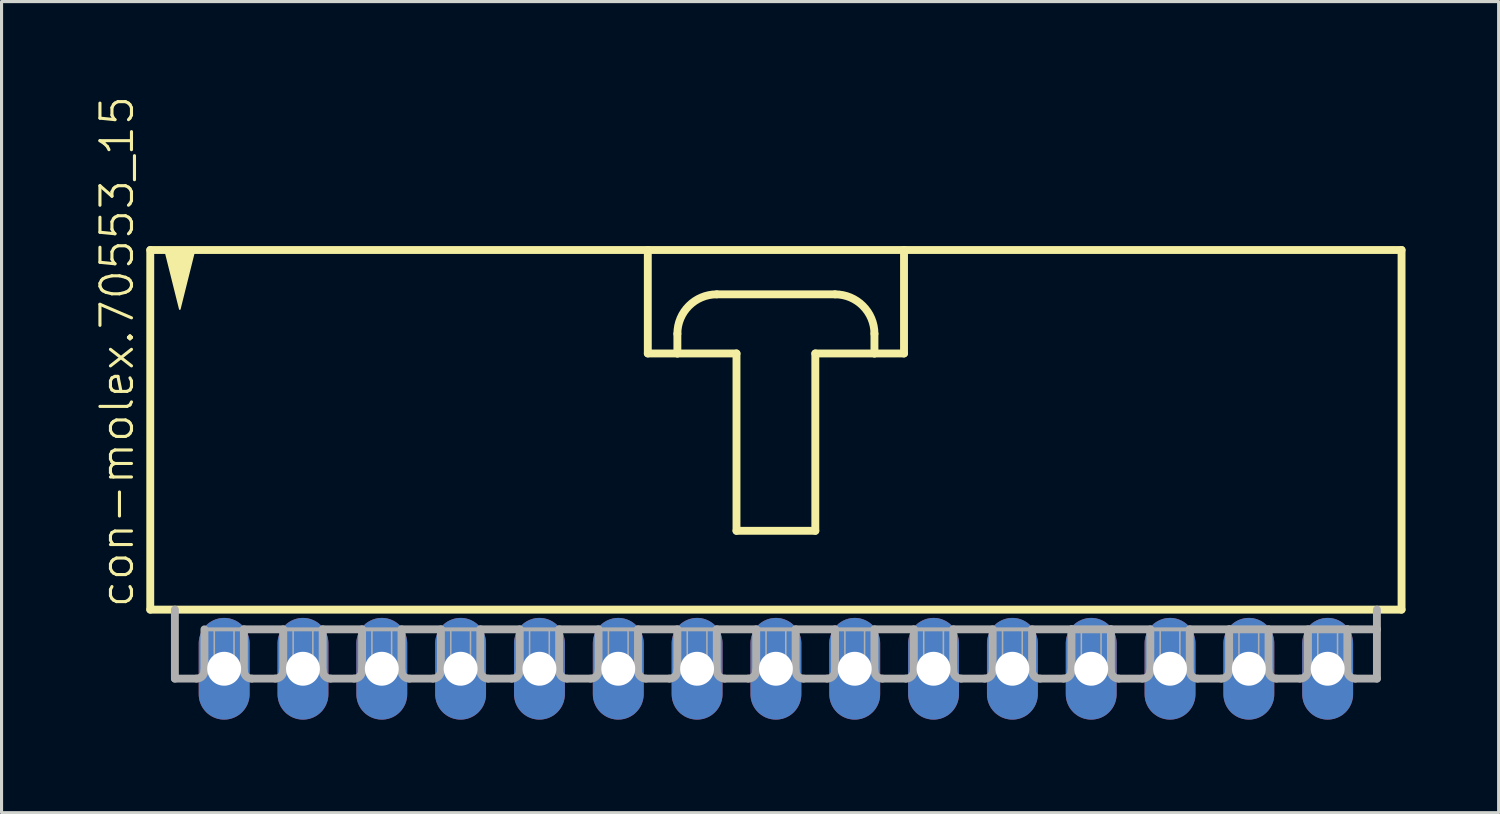
<source format=kicad_pcb>
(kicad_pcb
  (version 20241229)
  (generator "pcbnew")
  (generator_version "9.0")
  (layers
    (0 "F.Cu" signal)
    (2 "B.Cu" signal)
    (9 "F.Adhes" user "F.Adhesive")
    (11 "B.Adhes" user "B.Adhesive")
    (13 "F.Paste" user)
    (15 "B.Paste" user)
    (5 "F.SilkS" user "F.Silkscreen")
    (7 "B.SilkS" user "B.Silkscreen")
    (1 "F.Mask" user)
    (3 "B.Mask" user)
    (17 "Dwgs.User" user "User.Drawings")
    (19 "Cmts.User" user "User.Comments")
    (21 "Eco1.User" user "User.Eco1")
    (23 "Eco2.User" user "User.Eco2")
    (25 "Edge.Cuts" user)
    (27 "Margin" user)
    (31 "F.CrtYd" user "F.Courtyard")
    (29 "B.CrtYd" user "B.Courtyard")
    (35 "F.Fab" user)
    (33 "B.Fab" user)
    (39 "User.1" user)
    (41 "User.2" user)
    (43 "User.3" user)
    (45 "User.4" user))
  (footprint "con-molex.70553_15"
    (layer "F.Cu")
    (at 21.953 10.88)
    (property "Reference" "con-molex.70553_15" (at -20.637 5.715 90) (layer "F.SilkS") (effects (font (size 1.016 1.016) (thickness 0.1)) (justify left bottom)))
    (attr through_hole)
    (fp_line (start -20.161 -5.874) (end -20.161 5.715) (stroke (width 0.254) (type default)) (layer "F.SilkS"))
    (fp_line (start -20.161 5.715) (end 20.161 5.715) (stroke (width 0.254) (type default)) (layer "F.SilkS"))
    (fp_line (start -4.128 -5.874) (end -4.128 -2.54) (stroke (width 0.254) (type default)) (layer "F.SilkS"))
    (fp_line (start -4.128 -2.54) (end -3.175 -2.54) (stroke (width 0.254) (type default)) (layer "F.SilkS"))
    (fp_line (start -3.175 -2.54) (end -3.175 -3.175) (stroke (width 0.254) (type default)) (layer "F.SilkS"))
    (fp_line (start -3.175 -2.54) (end -1.27 -2.54) (stroke (width 0.254) (type default)) (layer "F.SilkS"))
    (fp_line (start -1.905 -4.445) (end 1.905 -4.445) (stroke (width 0.254) (type default)) (layer "F.SilkS"))
    (fp_line (start -1.27 -2.54) (end -1.27 3.175) (stroke (width 0.254) (type default)) (layer "F.SilkS"))
    (fp_line (start -1.27 3.175) (end 1.27 3.175) (stroke (width 0.254) (type default)) (layer "F.SilkS"))
    (fp_line (start 1.27 -2.54) (end 3.175 -2.54) (stroke (width 0.254) (type default)) (layer "F.SilkS"))
    (fp_line (start 1.27 3.175) (end 1.27 -2.54) (stroke (width 0.254) (type default)) (layer "F.SilkS"))
    (fp_line (start 3.175 -3.175) (end 3.175 -2.54) (stroke (width 0.254) (type default)) (layer "F.SilkS"))
    (fp_line (start 3.175 -2.54) (end 4.128 -2.54) (stroke (width 0.254) (type default)) (layer "F.SilkS"))
    (fp_line (start 4.128 -5.874) (end -20.161 -5.874) (stroke (width 0.254) (type default)) (layer "F.SilkS"))
    (fp_line (start 4.128 -2.54) (end 4.128 -5.874) (stroke (width 0.254) (type default)) (layer "F.SilkS"))
    (fp_line (start 20.161 -5.874) (end 4.128 -5.874) (stroke (width 0.254) (type default)) (layer "F.SilkS"))
    (fp_line (start 20.161 5.715) (end 20.161 -5.874) (stroke (width 0.254) (type default)) (layer "F.SilkS"))
    (fp_arc (start -3.175 -3.175) (mid -2.803026 -4.073026) (end -1.905 -4.445) (stroke (width 0.254) (type default)) (layer "F.SilkS"))
    (fp_arc (start 1.905 -4.445) (mid 2.803026 -4.073026) (end 3.175 -3.175) (stroke (width 0.254) (type default)) (layer "F.SilkS"))
    (fp_poly (pts (xy -19.685 -5.874) (xy -19.209 -3.969) (xy -18.733 -5.874)) (stroke (width 0.051) (type default)) (fill yes) (layer "F.SilkS"))
    (fp_line (start -19.367 5.715) (end -19.367 7.938) (stroke (width 0.254) (type default)) (layer "F.Fab"))
    (fp_line (start -18.669 7.938) (end -19.367 7.938) (stroke (width 0.254) (type default)) (layer "F.Fab"))
    (fp_line (start -18.415 6.35) (end -18.415 7.684) (stroke (width 0.254) (type default)) (layer "F.Fab"))
    (fp_line (start -18.415 6.35) (end -17.145 6.35) (stroke (width 0.127) (type default)) (layer "F.Fab"))
    (fp_line (start -17.145 6.35) (end -17.145 7.684) (stroke (width 0.254) (type default)) (layer "F.Fab"))
    (fp_line (start -17.145 6.35) (end -15.875 6.35) (stroke (width 0.254) (type default)) (layer "F.Fab"))
    (fp_line (start -16.129 7.938) (end -16.891 7.938) (stroke (width 0.254) (type default)) (layer "F.Fab"))
    (fp_line (start -15.875 6.35) (end -15.875 7.684) (stroke (width 0.254) (type default)) (layer "F.Fab"))
    (fp_line (start -15.875 6.35) (end -14.605 6.35) (stroke (width 0.127) (type default)) (layer "F.Fab"))
    (fp_line (start -14.605 6.35) (end -14.605 7.684) (stroke (width 0.254) (type default)) (layer "F.Fab"))
    (fp_line (start -14.605 6.35) (end -13.335 6.35) (stroke (width 0.254) (type default)) (layer "F.Fab"))
    (fp_line (start -13.589 7.938) (end -14.351 7.938) (stroke (width 0.254) (type default)) (layer "F.Fab"))
    (fp_line (start -13.335 6.35) (end -13.335 7.684) (stroke (width 0.254) (type default)) (layer "F.Fab"))
    (fp_line (start -13.335 6.35) (end -12.065 6.35) (stroke (width 0.127) (type default)) (layer "F.Fab"))
    (fp_line (start -12.065 6.35) (end -12.065 7.684) (stroke (width 0.254) (type default)) (layer "F.Fab"))
    (fp_line (start -12.065 6.35) (end -10.795 6.35) (stroke (width 0.254) (type default)) (layer "F.Fab"))
    (fp_line (start -11.049 7.938) (end -11.811 7.938) (stroke (width 0.254) (type default)) (layer "F.Fab"))
    (fp_line (start -10.795 6.35) (end -10.795 7.684) (stroke (width 0.254) (type default)) (layer "F.Fab"))
    (fp_line (start -10.795 6.35) (end -9.525 6.35) (stroke (width 0.127) (type default)) (layer "F.Fab"))
    (fp_line (start -9.525 6.35) (end -9.525 7.684) (stroke (width 0.254) (type default)) (layer "F.Fab"))
    (fp_line (start -9.525 6.35) (end -8.255 6.35) (stroke (width 0.254) (type default)) (layer "F.Fab"))
    (fp_line (start -8.509 7.938) (end -9.271 7.938) (stroke (width 0.254) (type default)) (layer "F.Fab"))
    (fp_line (start -8.255 6.35) (end -8.255 7.684) (stroke (width 0.254) (type default)) (layer "F.Fab"))
    (fp_line (start -8.255 6.35) (end -6.985 6.35) (stroke (width 0.127) (type default)) (layer "F.Fab"))
    (fp_line (start -6.985 6.35) (end -6.985 7.684) (stroke (width 0.254) (type default)) (layer "F.Fab"))
    (fp_line (start -6.985 6.35) (end -5.715 6.35) (stroke (width 0.254) (type default)) (layer "F.Fab"))
    (fp_line (start -5.969 7.938) (end -6.731 7.938) (stroke (width 0.254) (type default)) (layer "F.Fab"))
    (fp_line (start -5.715 6.35) (end -5.715 7.684) (stroke (width 0.254) (type default)) (layer "F.Fab"))
    (fp_line (start -5.715 6.35) (end -4.445 6.35) (stroke (width 0.127) (type default)) (layer "F.Fab"))
    (fp_line (start -4.445 6.35) (end -4.445 7.684) (stroke (width 0.254) (type default)) (layer "F.Fab"))
    (fp_line (start -4.445 6.35) (end -3.175 6.35) (stroke (width 0.254) (type default)) (layer "F.Fab"))
    (fp_line (start -3.429 7.938) (end -4.191 7.938) (stroke (width 0.254) (type default)) (layer "F.Fab"))
    (fp_line (start -3.175 6.35) (end -3.175 7.684) (stroke (width 0.254) (type default)) (layer "F.Fab"))
    (fp_line (start -3.175 6.35) (end -1.905 6.35) (stroke (width 0.127) (type default)) (layer "F.Fab"))
    (fp_line (start -1.905 6.35) (end -1.905 7.684) (stroke (width 0.254) (type default)) (layer "F.Fab"))
    (fp_line (start -1.905 6.35) (end -0.635 6.35) (stroke (width 0.254) (type default)) (layer "F.Fab"))
    (fp_line (start -0.889 7.938) (end -1.651 7.938) (stroke (width 0.254) (type default)) (layer "F.Fab"))
    (fp_line (start -0.635 6.35) (end -0.635 7.684) (stroke (width 0.254) (type default)) (layer "F.Fab"))
    (fp_line (start -0.635 6.35) (end 0.635 6.35) (stroke (width 0.127) (type default)) (layer "F.Fab"))
    (fp_line (start 0.635 6.35) (end 0.635 7.684) (stroke (width 0.254) (type default)) (layer "F.Fab"))
    (fp_line (start 0.635 6.35) (end 1.905 6.35) (stroke (width 0.254) (type default)) (layer "F.Fab"))
    (fp_line (start 1.651 7.938) (end 0.889 7.938) (stroke (width 0.254) (type default)) (layer "F.Fab"))
    (fp_line (start 1.905 6.35) (end 1.905 7.684) (stroke (width 0.254) (type default)) (layer "F.Fab"))
    (fp_line (start 1.905 6.35) (end 3.175 6.35) (stroke (width 0.127) (type default)) (layer "F.Fab"))
    (fp_line (start 3.175 6.35) (end 3.175 7.684) (stroke (width 0.254) (type default)) (layer "F.Fab"))
    (fp_line (start 3.175 6.35) (end 4.445 6.35) (stroke (width 0.254) (type default)) (layer "F.Fab"))
    (fp_line (start 4.191 7.938) (end 3.429 7.938) (stroke (width 0.254) (type default)) (layer "F.Fab"))
    (fp_line (start 4.445 6.35) (end 4.445 7.684) (stroke (width 0.254) (type default)) (layer "F.Fab"))
    (fp_line (start 4.445 6.35) (end 5.715 6.35) (stroke (width 0.127) (type default)) (layer "F.Fab"))
    (fp_line (start 5.715 6.35) (end 5.715 7.684) (stroke (width 0.254) (type default)) (layer "F.Fab"))
    (fp_line (start 5.715 6.35) (end 6.985 6.35) (stroke (width 0.254) (type default)) (layer "F.Fab"))
    (fp_line (start 6.731 7.938) (end 5.969 7.938) (stroke (width 0.254) (type default)) (layer "F.Fab"))
    (fp_line (start 6.985 6.35) (end 6.985 7.684) (stroke (width 0.254) (type default)) (layer "F.Fab"))
    (fp_line (start 6.985 6.35) (end 8.255 6.35) (stroke (width 0.127) (type default)) (layer "F.Fab"))
    (fp_line (start 8.255 6.35) (end 8.255 7.684) (stroke (width 0.254) (type default)) (layer "F.Fab"))
    (fp_line (start 8.255 6.35) (end 9.525 6.35) (stroke (width 0.254) (type default)) (layer "F.Fab"))
    (fp_line (start 9.271 7.938) (end 8.509 7.938) (stroke (width 0.254) (type default)) (layer "F.Fab"))
    (fp_line (start 9.525 6.35) (end 9.525 7.684) (stroke (width 0.254) (type default)) (layer "F.Fab"))
    (fp_line (start 9.525 6.35) (end 10.795 6.35) (stroke (width 0.254) (type default)) (layer "F.Fab"))
    (fp_line (start 10.795 6.35) (end 10.795 7.684) (stroke (width 0.254) (type default)) (layer "F.Fab"))
    (fp_line (start 10.795 6.35) (end 12.065 6.35) (stroke (width 0.254) (type default)) (layer "F.Fab"))
    (fp_line (start 11.811 7.938) (end 11.049 7.938) (stroke (width 0.254) (type default)) (layer "F.Fab"))
    (fp_line (start 12.065 6.35) (end 12.065 7.684) (stroke (width 0.254) (type default)) (layer "F.Fab"))
    (fp_line (start 12.065 6.35) (end 13.335 6.35) (stroke (width 0.127) (type default)) (layer "F.Fab"))
    (fp_line (start 13.335 6.35) (end 13.335 7.684) (stroke (width 0.254) (type default)) (layer "F.Fab"))
    (fp_line (start 13.335 6.35) (end 14.605 6.35) (stroke (width 0.254) (type default)) (layer "F.Fab"))
    (fp_line (start 14.351 7.938) (end 13.589 7.938) (stroke (width 0.254) (type default)) (layer "F.Fab"))
    (fp_line (start 14.605 6.35) (end 14.605 7.684) (stroke (width 0.254) (type default)) (layer "F.Fab"))
    (fp_line (start 14.605 6.35) (end 18.415 6.35) (stroke (width 0.254) (type default)) (layer "F.Fab"))
    (fp_line (start 15.875 6.35) (end 15.875 7.684) (stroke (width 0.254) (type default)) (layer "F.Fab"))
    (fp_line (start 16.891 7.938) (end 16.129 7.938) (stroke (width 0.254) (type default)) (layer "F.Fab"))
    (fp_line (start 17.145 6.35) (end 17.145 7.684) (stroke (width 0.254) (type default)) (layer "F.Fab"))
    (fp_line (start 18.415 6.35) (end 18.415 7.684) (stroke (width 0.254) (type default)) (layer "F.Fab"))
    (fp_line (start 18.415 6.35) (end 19.367 6.35) (stroke (width 0.254) (type default)) (layer "F.Fab"))
    (fp_line (start 18.669 7.938) (end 19.367 7.938) (stroke (width 0.254) (type default)) (layer "F.Fab"))
    (fp_line (start 19.367 6.35) (end 19.367 5.715) (stroke (width 0.254) (type default)) (layer "F.Fab"))
    (fp_line (start 19.367 7.938) (end 19.367 6.35) (stroke (width 0.254) (type default)) (layer "F.Fab"))
    (fp_rect (start -18.098 7.62) (end -17.462 6.35) (stroke (width 0.05) (type default)) (fill no) (layer "F.Fab"))
    (fp_rect (start -15.557 7.62) (end -14.922 6.35) (stroke (width 0.05) (type default)) (fill no) (layer "F.Fab"))
    (fp_rect (start -13.018 7.62) (end -12.383 6.35) (stroke (width 0.05) (type default)) (fill no) (layer "F.Fab"))
    (fp_rect (start -10.477 7.62) (end -9.842 6.35) (stroke (width 0.05) (type default)) (fill no) (layer "F.Fab"))
    (fp_rect (start -7.938 7.62) (end -7.303 6.35) (stroke (width 0.05) (type default)) (fill no) (layer "F.Fab"))
    (fp_rect (start -5.397 7.62) (end -4.763 6.35) (stroke (width 0.05) (type default)) (fill no) (layer "F.Fab"))
    (fp_rect (start -2.857 7.62) (end -2.223 6.35) (stroke (width 0.05) (type default)) (fill no) (layer "F.Fab"))
    (fp_rect (start -0.318 7.62) (end 0.318 6.35) (stroke (width 0.05) (type default)) (fill no) (layer "F.Fab"))
    (fp_rect (start 2.223 7.62) (end 2.857 6.35) (stroke (width 0.05) (type default)) (fill no) (layer "F.Fab"))
    (fp_rect (start 4.763 7.62) (end 5.397 6.35) (stroke (width 0.05) (type default)) (fill no) (layer "F.Fab"))
    (fp_rect (start 7.303 7.62) (end 7.938 6.35) (stroke (width 0.05) (type default)) (fill no) (layer "F.Fab"))
    (fp_rect (start 9.842 7.62) (end 10.477 6.35) (stroke (width 0.05) (type default)) (fill no) (layer "F.Fab"))
    (fp_rect (start 12.383 7.62) (end 13.018 6.35) (stroke (width 0.05) (type default)) (fill no) (layer "F.Fab"))
    (fp_rect (start 14.922 7.62) (end 15.557 6.35) (stroke (width 0.05) (type default)) (fill no) (layer "F.Fab"))
    (fp_rect (start 17.462 7.62) (end 18.098 6.35) (stroke (width 0.05) (type default)) (fill no) (layer "F.Fab"))
    (fp_arc (start -18.415 7.6835) (mid -18.489395 7.863105) (end -18.669 7.9375) (stroke (width 0.254) (type default)) (layer "F.Fab"))
    (fp_arc (start -16.891 7.9375) (mid -17.070605 7.863105) (end -17.145 7.6835) (stroke (width 0.254) (type default)) (layer "F.Fab"))
    (fp_arc (start -15.875 7.6835) (mid -15.949395 7.863105) (end -16.129 7.9375) (stroke (width 0.254) (type default)) (layer "F.Fab"))
    (fp_arc (start -14.351 7.9375) (mid -14.530605 7.863105) (end -14.605 7.6835) (stroke (width 0.254) (type default)) (layer "F.Fab"))
    (fp_arc (start -13.335 7.6835) (mid -13.409395 7.863105) (end -13.589 7.9375) (stroke (width 0.254) (type default)) (layer "F.Fab"))
    (fp_arc (start -11.811 7.9375) (mid -11.990605 7.863105) (end -12.065 7.6835) (stroke (width 0.254) (type default)) (layer "F.Fab"))
    (fp_arc (start -10.795 7.6835) (mid -10.869395 7.863105) (end -11.049 7.9375) (stroke (width 0.254) (type default)) (layer "F.Fab"))
    (fp_arc (start -9.271 7.9375) (mid -9.450605 7.863105) (end -9.525 7.6835) (stroke (width 0.254) (type default)) (layer "F.Fab"))
    (fp_arc (start -8.255 7.6835) (mid -8.329395 7.863105) (end -8.509 7.9375) (stroke (width 0.254) (type default)) (layer "F.Fab"))
    (fp_arc (start -6.731 7.9375) (mid -6.910605 7.863105) (end -6.985 7.6835) (stroke (width 0.254) (type default)) (layer "F.Fab"))
    (fp_arc (start -5.715 7.6835) (mid -5.789395 7.863105) (end -5.969 7.9375) (stroke (width 0.254) (type default)) (layer "F.Fab"))
    (fp_arc (start -4.191 7.9375) (mid -4.370605 7.863105) (end -4.445 7.6835) (stroke (width 0.254) (type default)) (layer "F.Fab"))
    (fp_arc (start -3.175 7.6835) (mid -3.249395 7.863105) (end -3.429 7.9375) (stroke (width 0.254) (type default)) (layer "F.Fab"))
    (fp_arc (start -1.651 7.9375) (mid -1.830605 7.863105) (end -1.905 7.6835) (stroke (width 0.254) (type default)) (layer "F.Fab"))
    (fp_arc (start -0.635 7.6835) (mid -0.709395 7.863105) (end -0.889 7.9375) (stroke (width 0.254) (type default)) (layer "F.Fab"))
    (fp_arc (start 0.889 7.9375) (mid 0.709395 7.863105) (end 0.635 7.6835) (stroke (width 0.254) (type default)) (layer "F.Fab"))
    (fp_arc (start 1.905 7.6835) (mid 1.830605 7.863105) (end 1.651 7.9375) (stroke (width 0.254) (type default)) (layer "F.Fab"))
    (fp_arc (start 3.429 7.9375) (mid 3.249395 7.863105) (end 3.175 7.6835) (stroke (width 0.254) (type default)) (layer "F.Fab"))
    (fp_arc (start 4.445 7.6835) (mid 4.370605 7.863105) (end 4.191 7.9375) (stroke (width 0.254) (type default)) (layer "F.Fab"))
    (fp_arc (start 5.969 7.9375) (mid 5.789395 7.863105) (end 5.715 7.6835) (stroke (width 0.254) (type default)) (layer "F.Fab"))
    (fp_arc (start 6.985 7.6835) (mid 6.910605 7.863105) (end 6.731 7.9375) (stroke (width 0.254) (type default)) (layer "F.Fab"))
    (fp_arc (start 8.509 7.9375) (mid 8.329395 7.863105) (end 8.255 7.6835) (stroke (width 0.254) (type default)) (layer "F.Fab"))
    (fp_arc (start 9.525 7.6835) (mid 9.450605 7.863105) (end 9.271 7.9375) (stroke (width 0.254) (type default)) (layer "F.Fab"))
    (fp_arc (start 11.049 7.9375) (mid 10.869395 7.863105) (end 10.795 7.6835) (stroke (width 0.254) (type default)) (layer "F.Fab"))
    (fp_arc (start 12.065 7.6835) (mid 11.990605 7.863105) (end 11.811 7.9375) (stroke (width 0.254) (type default)) (layer "F.Fab"))
    (fp_arc (start 13.589 7.9375) (mid 13.409395 7.863105) (end 13.335 7.6835) (stroke (width 0.254) (type default)) (layer "F.Fab"))
    (fp_arc (start 14.605 7.6835) (mid 14.530605 7.863105) (end 14.351 7.9375) (stroke (width 0.254) (type default)) (layer "F.Fab"))
    (fp_arc (start 16.129 7.9375) (mid 15.949395 7.863105) (end 15.875 7.6835) (stroke (width 0.254) (type default)) (layer "F.Fab"))
    (fp_arc (start 17.145 7.6835) (mid 17.070605 7.863105) (end 16.891 7.9375) (stroke (width 0.254) (type default)) (layer "F.Fab"))
    (fp_arc (start 18.669 7.9375) (mid 18.489395 7.863105) (end 18.415 7.6835) (stroke (width 0.254) (type default)) (layer "F.Fab"))
    (pad "1" thru_hole oval (at -17.78 7.62 90) (size 3.277 1.638) (drill 1.092) (layers "*.Cu" "*.Mask"))
    (pad "2" thru_hole oval (at -15.24 7.62 90) (size 3.277 1.638) (drill 1.092) (layers "*.Cu" "*.Mask"))
    (pad "3" thru_hole oval (at -12.7 7.62 90) (size 3.277 1.638) (drill 1.092) (layers "*.Cu" "*.Mask"))
    (pad "4" thru_hole oval (at -10.16 7.62 90) (size 3.277 1.638) (drill 1.092) (layers "*.Cu" "*.Mask"))
    (pad "5" thru_hole oval (at -7.62 7.62 90) (size 3.277 1.638) (drill 1.092) (layers "*.Cu" "*.Mask"))
    (pad "6" thru_hole oval (at -5.08 7.62 90) (size 3.277 1.638) (drill 1.092) (layers "*.Cu" "*.Mask"))
    (pad "7" thru_hole oval (at -2.54 7.62 90) (size 3.277 1.638) (drill 1.092) (layers "*.Cu" "*.Mask"))
    (pad "8" thru_hole oval (at 0 7.62 90) (size 3.277 1.638) (drill 1.092) (layers "*.Cu" "*.Mask"))
    (pad "9" thru_hole oval (at 2.54 7.62 90) (size 3.277 1.638) (drill 1.092) (layers "*.Cu" "*.Mask"))
    (pad "10" thru_hole oval (at 5.08 7.62 90) (size 3.277 1.638) (drill 1.092) (layers "*.Cu" "*.Mask"))
    (pad "11" thru_hole oval (at 7.62 7.62 90) (size 3.277 1.638) (drill 1.092) (layers "*.Cu" "*.Mask"))
    (pad "12" thru_hole oval (at 10.16 7.62 90) (size 3.277 1.638) (drill 1.092) (layers "*.Cu" "*.Mask"))
    (pad "13" thru_hole oval (at 12.7 7.62 90) (size 3.277 1.638) (drill 1.092) (layers "*.Cu" "*.Mask"))
    (pad "14" thru_hole oval (at 15.24 7.62 90) (size 3.277 1.638) (drill 1.092) (layers "*.Cu" "*.Mask"))
    (pad "15" thru_hole oval (at 17.78 7.62 90) (size 3.277 1.638) (drill 1.092) (layers "*.Cu" "*.Mask")))
  (gr_rect
    (start -3 -3)
    (end 45.242 23.138)
    (stroke (width 0.1) (type default))
    (fill no)
    (layer "Edge.Cuts")))
</source>
